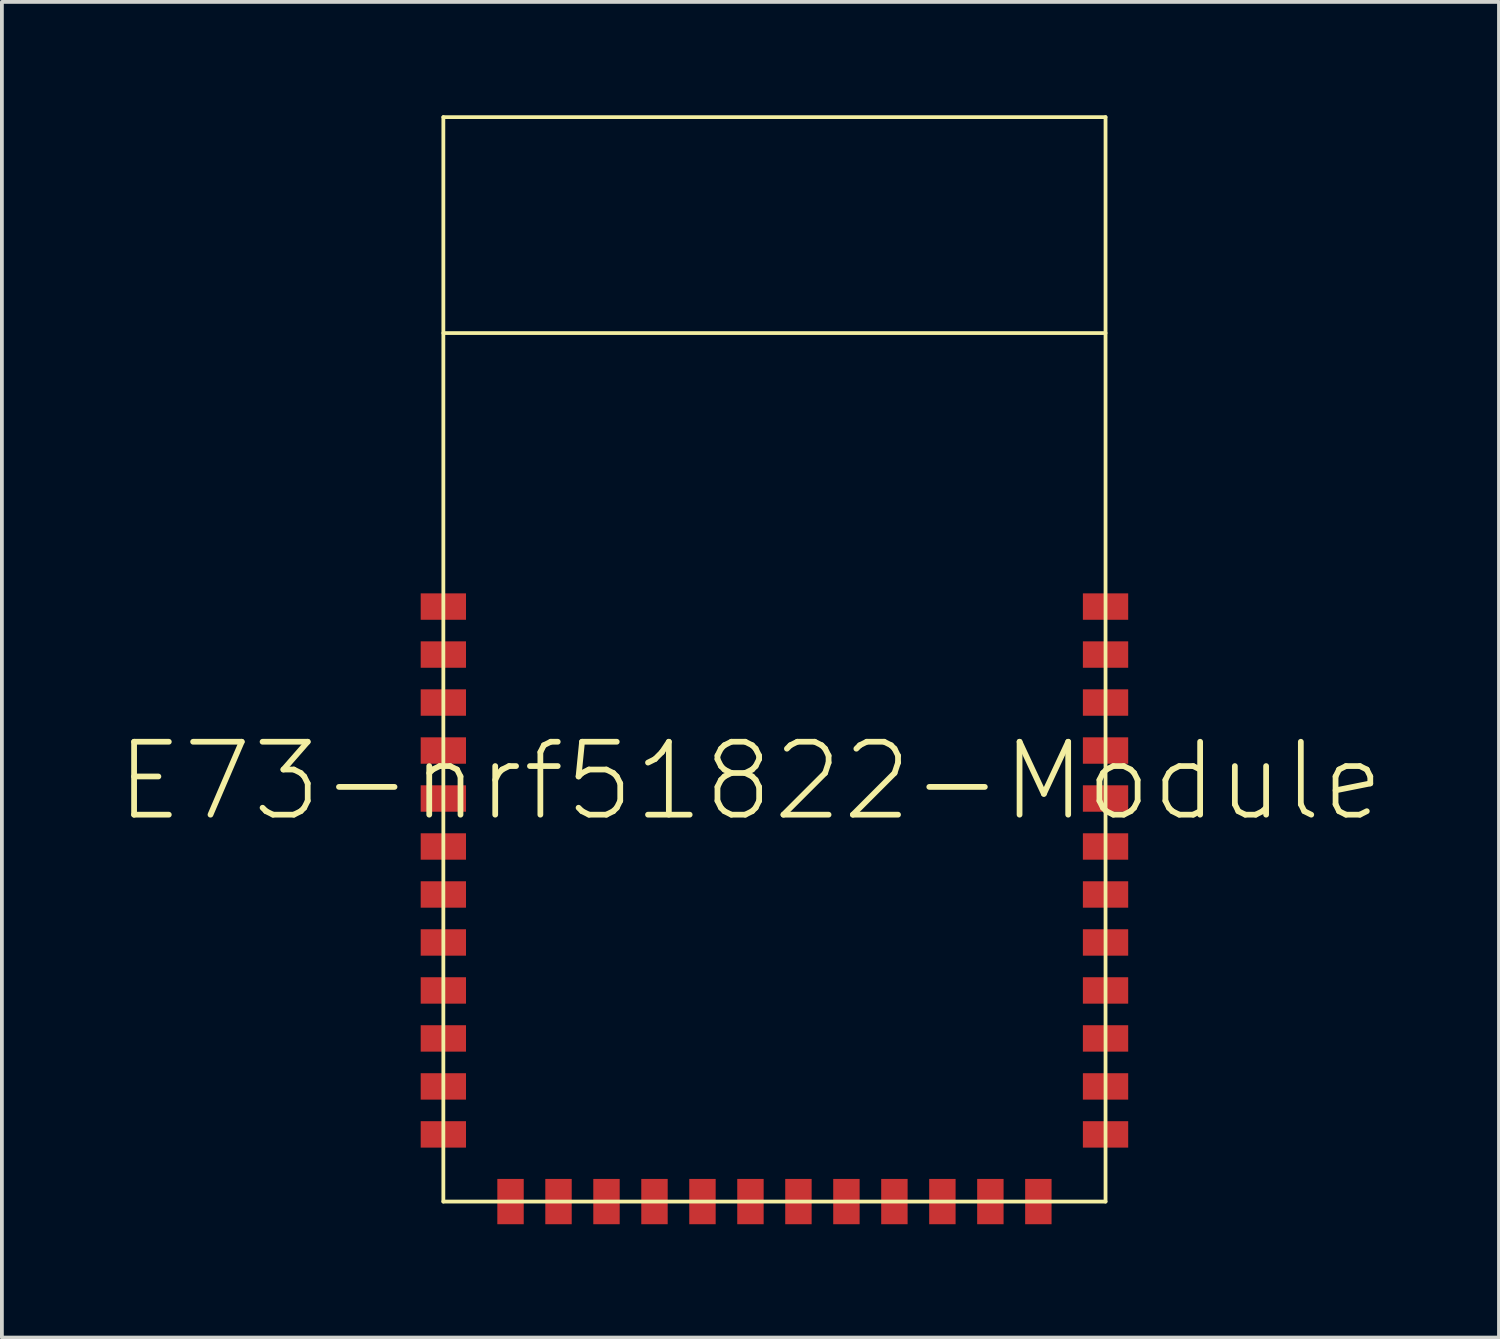
<source format=kicad_pcb>
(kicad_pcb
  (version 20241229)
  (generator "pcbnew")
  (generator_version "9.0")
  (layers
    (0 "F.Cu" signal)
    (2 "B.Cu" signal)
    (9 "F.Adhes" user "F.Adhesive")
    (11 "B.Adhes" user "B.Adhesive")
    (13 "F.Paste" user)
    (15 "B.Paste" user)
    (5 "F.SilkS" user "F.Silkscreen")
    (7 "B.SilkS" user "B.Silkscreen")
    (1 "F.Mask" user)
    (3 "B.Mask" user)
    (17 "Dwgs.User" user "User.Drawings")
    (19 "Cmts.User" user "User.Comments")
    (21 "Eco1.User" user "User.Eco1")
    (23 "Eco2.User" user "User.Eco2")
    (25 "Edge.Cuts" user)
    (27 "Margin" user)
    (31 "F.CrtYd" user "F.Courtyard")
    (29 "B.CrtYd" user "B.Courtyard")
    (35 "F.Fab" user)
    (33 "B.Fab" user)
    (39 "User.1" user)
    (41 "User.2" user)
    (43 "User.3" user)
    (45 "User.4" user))
  (footprint "E73-nrf51822-Module"
    (layer "F.Cu")
    (at 15.542 28.752)
    (property "Reference" "E73-nrf51822-Module" (at 1.27 -11.125 0) (layer "F.SilkS") (effects (font (size 1.93 1.93) (thickness 0.152))))
    (attr smd)
    (fp_line (start -6.858 -28.702) (end -6.858 0) (stroke (width 0.1) (type solid)) (layer "F.SilkS"))
    (fp_line (start -6.858 0) (end 10.668 0) (stroke (width 0.1) (type solid)) (layer "F.SilkS"))
    (fp_line (start 10.668 -28.702) (end -6.858 -28.702) (stroke (width 0.1) (type solid)) (layer "F.SilkS"))
    (fp_line (start 10.668 -22.987) (end -6.858 -22.987) (stroke (width 0.1) (type solid)) (layer "F.SilkS"))
    (fp_line (start 10.668 0) (end 10.668 -28.702) (stroke (width 0.1) (type solid)) (layer "F.SilkS"))
    (pad "1" smd rect (at -6.858 -15.748 90) (size 0.699 1.199) (layers "F.Cu" "F.Mask" "F.Paste"))
    (pad "2" smd rect (at -6.858 -14.478 90) (size 0.699 1.199) (layers "F.Cu" "F.Mask" "F.Paste"))
    (pad "3" smd rect (at -6.858 -13.208 90) (size 0.699 1.199) (layers "F.Cu" "F.Mask" "F.Paste"))
    (pad "4" smd rect (at -6.858 -11.938 90) (size 0.699 1.199) (layers "F.Cu" "F.Mask" "F.Paste"))
    (pad "5" smd rect (at -6.858 -10.668 90) (size 0.699 1.199) (layers "F.Cu" "F.Mask" "F.Paste"))
    (pad "6" smd rect (at -6.858 -9.398 90) (size 0.699 1.199) (layers "F.Cu" "F.Mask" "F.Paste"))
    (pad "7" smd rect (at -6.858 -8.128 90) (size 0.699 1.199) (layers "F.Cu" "F.Mask" "F.Paste"))
    (pad "8" smd rect (at -6.858 -6.858 90) (size 0.699 1.199) (layers "F.Cu" "F.Mask" "F.Paste"))
    (pad "9" smd rect (at -6.858 -5.588 90) (size 0.699 1.199) (layers "F.Cu" "F.Mask" "F.Paste"))
    (pad "10" smd rect (at -6.858 -4.318 90) (size 0.699 1.199) (layers "F.Cu" "F.Mask" "F.Paste"))
    (pad "11" smd rect (at -6.858 -3.048 90) (size 0.699 1.199) (layers "F.Cu" "F.Mask" "F.Paste"))
    (pad "12" smd rect (at -6.858 -1.778 90) (size 0.699 1.199) (layers "F.Cu" "F.Mask" "F.Paste"))
    (pad "13" smd rect (at -5.08 0 90) (size 1.199 0.699) (layers "F.Cu" "F.Mask" "F.Paste"))
    (pad "14" smd rect (at -3.81 0 90) (size 1.199 0.699) (layers "F.Cu" "F.Mask" "F.Paste"))
    (pad "15" smd rect (at -2.54 0 90) (size 1.199 0.699) (layers "F.Cu" "F.Mask" "F.Paste"))
    (pad "16" smd rect (at -1.27 0 90) (size 1.199 0.699) (layers "F.Cu" "F.Mask" "F.Paste"))
    (pad "17" smd rect (at 0 0 90) (size 1.199 0.699) (layers "F.Cu" "F.Mask" "F.Paste"))
    (pad "18" smd rect (at 1.27 0 90) (size 1.199 0.699) (layers "F.Cu" "F.Mask" "F.Paste"))
    (pad "19" smd rect (at 2.54 0 90) (size 1.199 0.699) (layers "F.Cu" "F.Mask" "F.Paste"))
    (pad "20" smd rect (at 3.81 0 90) (size 1.199 0.699) (layers "F.Cu" "F.Mask" "F.Paste"))
    (pad "21" smd rect (at 5.08 0 90) (size 1.199 0.699) (layers "F.Cu" "F.Mask" "F.Paste"))
    (pad "22" smd rect (at 6.35 0 90) (size 1.199 0.699) (layers "F.Cu" "F.Mask" "F.Paste"))
    (pad "23" smd rect (at 7.62 0 90) (size 1.199 0.699) (layers "F.Cu" "F.Mask" "F.Paste"))
    (pad "24" smd rect (at 8.89 0 90) (size 1.199 0.699) (layers "F.Cu" "F.Mask" "F.Paste"))
    (pad "25" smd rect (at 10.668 -1.778 90) (size 0.699 1.199) (layers "F.Cu" "F.Mask" "F.Paste"))
    (pad "26" smd rect (at 10.668 -3.048 90) (size 0.699 1.199) (layers "F.Cu" "F.Mask" "F.Paste"))
    (pad "27" smd rect (at 10.668 -4.318 90) (size 0.699 1.199) (layers "F.Cu" "F.Mask" "F.Paste"))
    (pad "28" smd rect (at 10.668 -5.588 90) (size 0.699 1.199) (layers "F.Cu" "F.Mask" "F.Paste"))
    (pad "29" smd rect (at 10.668 -6.858 90) (size 0.699 1.199) (layers "F.Cu" "F.Mask" "F.Paste"))
    (pad "30" smd rect (at 10.668 -8.128 90) (size 0.699 1.199) (layers "F.Cu" "F.Mask" "F.Paste"))
    (pad "31" smd rect (at 10.668 -9.398 90) (size 0.699 1.199) (layers "F.Cu" "F.Mask" "F.Paste"))
    (pad "32" smd rect (at 10.668 -10.668 90) (size 0.699 1.199) (layers "F.Cu" "F.Mask" "F.Paste"))
    (pad "33" smd rect (at 10.668 -11.938 90) (size 0.699 1.199) (layers "F.Cu" "F.Mask" "F.Paste"))
    (pad "34" smd rect (at 10.668 -13.208 90) (size 0.699 1.199) (layers "F.Cu" "F.Mask" "F.Paste"))
    (pad "35" smd rect (at 10.668 -14.478 90) (size 0.699 1.199) (layers "F.Cu" "F.Mask" "F.Paste"))
    (pad "36" smd rect (at 10.668 -15.748 90) (size 0.699 1.199) (layers "F.Cu" "F.Mask" "F.Paste")))
  (gr_rect
    (start -3 -3)
    (end 36.623 32.351)
    (stroke (width 0.1) (type default))
    (fill no)
    (layer "Edge.Cuts")))
</source>
